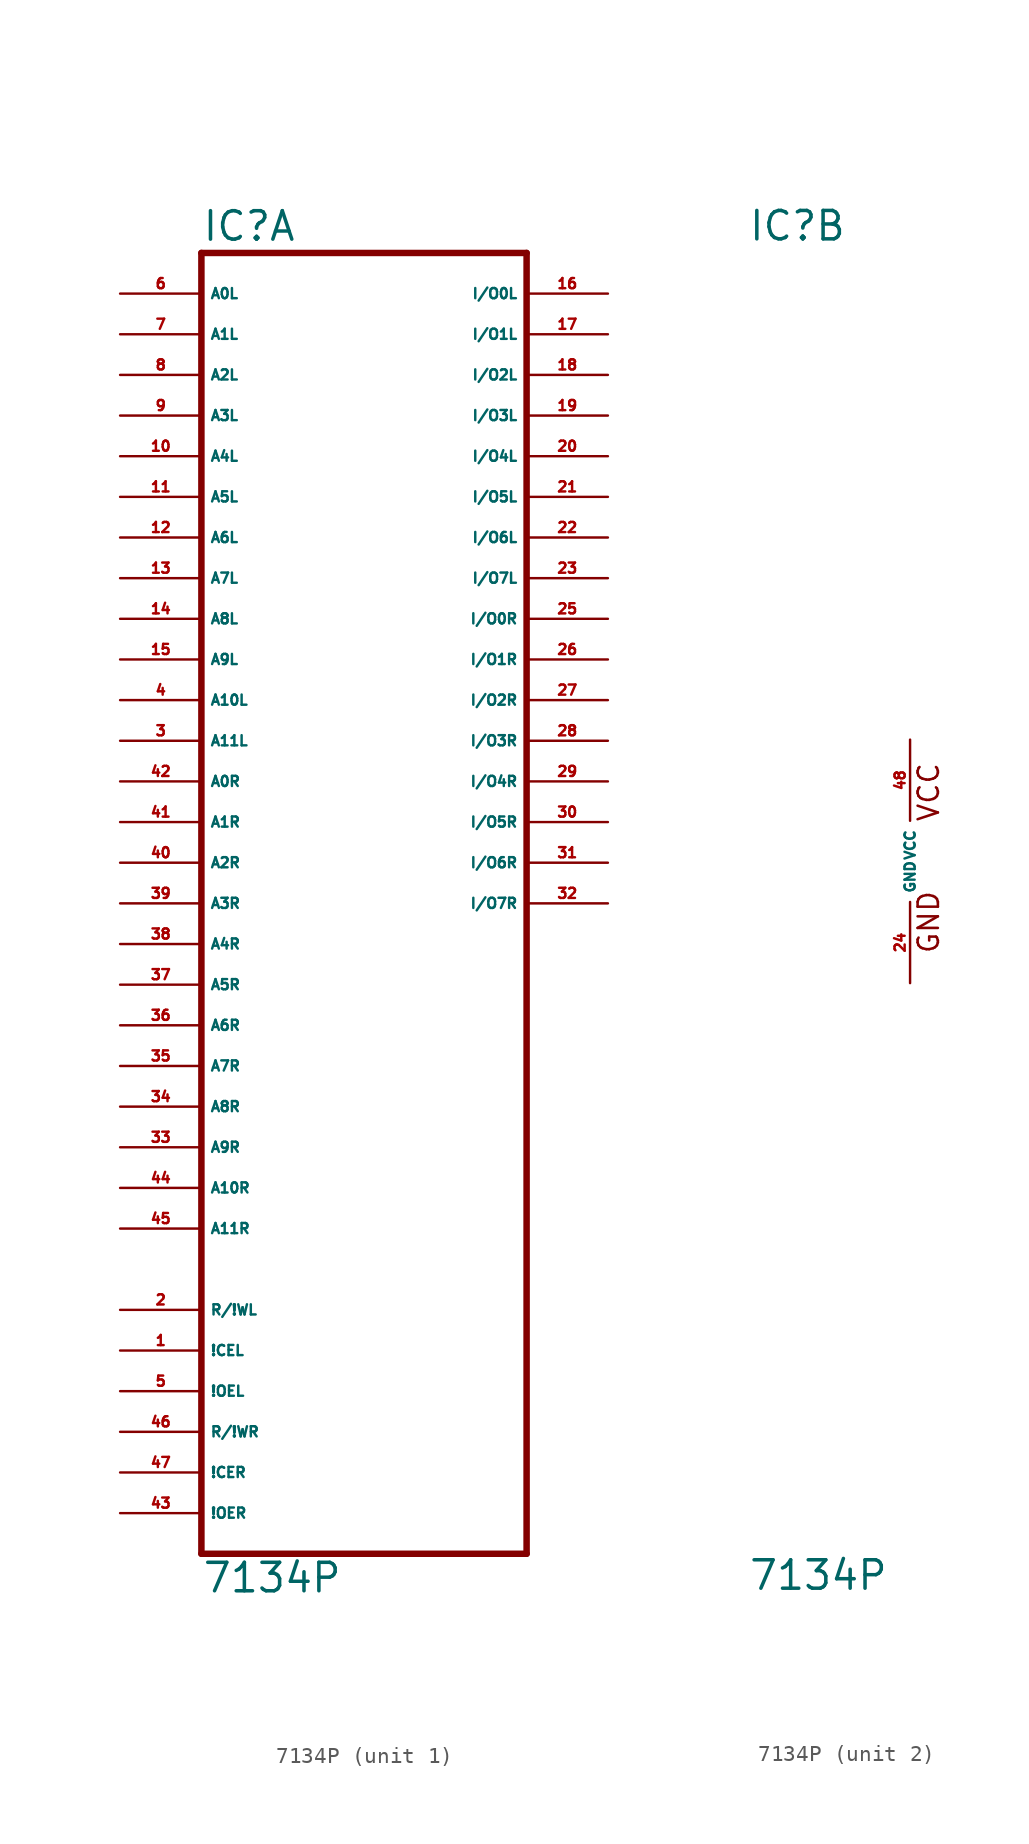
<source format=kicad_sym>
(kicad_symbol_lib
  (version 20220914)
  (generator Eagle2Kicad)
  (symbol "7134P"
    (property "Reference" "IC"
      (at -10.16 38.735 0)
      (effects (font (size 1.778 1.778) (thickness 0.22)) (justify left bottom)))
    (property "Value" "7134P"
      (at -10.16 -45.72 0)
      (effects (font (size 1.778 1.778) (thickness 0.22)) (justify left bottom)))
    (symbol "7134P_1_0"
      (polyline (pts (xy -10.16 -43.18) (xy 10.16 -43.18)) (stroke (width 0.406) (type default)) (fill (type none)))
      (polyline (pts (xy 10.16 -43.18) (xy 10.16 38.1)) (stroke (width 0.406) (type default)) (fill (type none)))
      (polyline (pts (xy 10.16 38.1) (xy -10.16 38.1)) (stroke (width 0.406) (type default)) (fill (type none)))
      (polyline (pts (xy -10.16 38.1) (xy -10.16 -43.18)) (stroke (width 0.406) (type default)) (fill (type none)))
      (pin input line (at -15.24 35.56 0) (length 5.08) (name "A0L" (effects (font (size 0.635 0.635) (thickness 0.08)) (justify left bottom))) (number "6" (effects (font (size 0.635 0.635) (thickness 0.08)) (justify left bottom))))
      (pin input line (at -15.24 33.02 0) (length 5.08) (name "A1L" (effects (font (size 0.635 0.635) (thickness 0.08)) (justify left bottom))) (number "7" (effects (font (size 0.635 0.635) (thickness 0.08)) (justify left bottom))))
      (pin input line (at -15.24 30.48 0) (length 5.08) (name "A2L" (effects (font (size 0.635 0.635) (thickness 0.08)) (justify left bottom))) (number "8" (effects (font (size 0.635 0.635) (thickness 0.08)) (justify left bottom))))
      (pin input line (at -15.24 27.94 0) (length 5.08) (name "A3L" (effects (font (size 0.635 0.635) (thickness 0.08)) (justify left bottom))) (number "9" (effects (font (size 0.635 0.635) (thickness 0.08)) (justify left bottom))))
      (pin input line (at -15.24 25.4 0) (length 5.08) (name "A4L" (effects (font (size 0.635 0.635) (thickness 0.08)) (justify left bottom))) (number "10" (effects (font (size 0.635 0.635) (thickness 0.08)) (justify left bottom))))
      (pin input line (at -15.24 22.86 0) (length 5.08) (name "A5L" (effects (font (size 0.635 0.635) (thickness 0.08)) (justify left bottom))) (number "11" (effects (font (size 0.635 0.635) (thickness 0.08)) (justify left bottom))))
      (pin input line (at -15.24 20.32 0) (length 5.08) (name "A6L" (effects (font (size 0.635 0.635) (thickness 0.08)) (justify left bottom))) (number "12" (effects (font (size 0.635 0.635) (thickness 0.08)) (justify left bottom))))
      (pin input line (at -15.24 17.78 0) (length 5.08) (name "A7L" (effects (font (size 0.635 0.635) (thickness 0.08)) (justify left bottom))) (number "13" (effects (font (size 0.635 0.635) (thickness 0.08)) (justify left bottom))))
      (pin input line (at -15.24 15.24 0) (length 5.08) (name "A8L" (effects (font (size 0.635 0.635) (thickness 0.08)) (justify left bottom))) (number "14" (effects (font (size 0.635 0.635) (thickness 0.08)) (justify left bottom))))
      (pin input line (at -15.24 12.7 0) (length 5.08) (name "A9L" (effects (font (size 0.635 0.635) (thickness 0.08)) (justify left bottom))) (number "15" (effects (font (size 0.635 0.635) (thickness 0.08)) (justify left bottom))))
      (pin input line (at -15.24 5.08 0) (length 5.08) (name "A0R" (effects (font (size 0.635 0.635) (thickness 0.08)) (justify left bottom))) (number "42" (effects (font (size 0.635 0.635) (thickness 0.08)) (justify left bottom))))
      (pin input line (at -15.24 2.54 0) (length 5.08) (name "A1R" (effects (font (size 0.635 0.635) (thickness 0.08)) (justify left bottom))) (number "41" (effects (font (size 0.635 0.635) (thickness 0.08)) (justify left bottom))))
      (pin input line (at -15.24 0 0) (length 5.08) (name "A2R" (effects (font (size 0.635 0.635) (thickness 0.08)) (justify left bottom))) (number "40" (effects (font (size 0.635 0.635) (thickness 0.08)) (justify left bottom))))
      (pin input line (at -15.24 -2.54 0) (length 5.08) (name "A3R" (effects (font (size 0.635 0.635) (thickness 0.08)) (justify left bottom))) (number "39" (effects (font (size 0.635 0.635) (thickness 0.08)) (justify left bottom))))
      (pin input line (at -15.24 -5.08 0) (length 5.08) (name "A4R" (effects (font (size 0.635 0.635) (thickness 0.08)) (justify left bottom))) (number "38" (effects (font (size 0.635 0.635) (thickness 0.08)) (justify left bottom))))
      (pin input line (at -15.24 -7.62 0) (length 5.08) (name "A5R" (effects (font (size 0.635 0.635) (thickness 0.08)) (justify left bottom))) (number "37" (effects (font (size 0.635 0.635) (thickness 0.08)) (justify left bottom))))
      (pin input line (at -15.24 -10.16 0) (length 5.08) (name "A6R" (effects (font (size 0.635 0.635) (thickness 0.08)) (justify left bottom))) (number "36" (effects (font (size 0.635 0.635) (thickness 0.08)) (justify left bottom))))
      (pin input line (at -15.24 -12.7 0) (length 5.08) (name "A7R" (effects (font (size 0.635 0.635) (thickness 0.08)) (justify left bottom))) (number "35" (effects (font (size 0.635 0.635) (thickness 0.08)) (justify left bottom))))
      (pin input line (at -15.24 -15.24 0) (length 5.08) (name "A8R" (effects (font (size 0.635 0.635) (thickness 0.08)) (justify left bottom))) (number "34" (effects (font (size 0.635 0.635) (thickness 0.08)) (justify left bottom))))
      (pin input line (at -15.24 -17.78 0) (length 5.08) (name "A9R" (effects (font (size 0.635 0.635) (thickness 0.08)) (justify left bottom))) (number "33" (effects (font (size 0.635 0.635) (thickness 0.08)) (justify left bottom))))
      (pin bidirectional line (at 15.24 35.56 180) (length 5.08) (name "I/O0L" (effects (font (size 0.635 0.635) (thickness 0.08)) (justify left bottom))) (number "16" (effects (font (size 0.635 0.635) (thickness 0.08)) (justify left bottom))))
      (pin bidirectional line (at 15.24 33.02 180) (length 5.08) (name "I/O1L" (effects (font (size 0.635 0.635) (thickness 0.08)) (justify left bottom))) (number "17" (effects (font (size 0.635 0.635) (thickness 0.08)) (justify left bottom))))
      (pin bidirectional line (at 15.24 30.48 180) (length 5.08) (name "I/O2L" (effects (font (size 0.635 0.635) (thickness 0.08)) (justify left bottom))) (number "18" (effects (font (size 0.635 0.635) (thickness 0.08)) (justify left bottom))))
      (pin bidirectional line (at 15.24 27.94 180) (length 5.08) (name "I/O3L" (effects (font (size 0.635 0.635) (thickness 0.08)) (justify left bottom))) (number "19" (effects (font (size 0.635 0.635) (thickness 0.08)) (justify left bottom))))
      (pin bidirectional line (at 15.24 25.4 180) (length 5.08) (name "I/O4L" (effects (font (size 0.635 0.635) (thickness 0.08)) (justify left bottom))) (number "20" (effects (font (size 0.635 0.635) (thickness 0.08)) (justify left bottom))))
      (pin bidirectional line (at 15.24 22.86 180) (length 5.08) (name "I/O5L" (effects (font (size 0.635 0.635) (thickness 0.08)) (justify left bottom))) (number "21" (effects (font (size 0.635 0.635) (thickness 0.08)) (justify left bottom))))
      (pin bidirectional line (at 15.24 20.32 180) (length 5.08) (name "I/O6L" (effects (font (size 0.635 0.635) (thickness 0.08)) (justify left bottom))) (number "22" (effects (font (size 0.635 0.635) (thickness 0.08)) (justify left bottom))))
      (pin bidirectional line (at 15.24 17.78 180) (length 5.08) (name "I/O7L" (effects (font (size 0.635 0.635) (thickness 0.08)) (justify left bottom))) (number "23" (effects (font (size 0.635 0.635) (thickness 0.08)) (justify left bottom))))
      (pin bidirectional line (at 15.24 15.24 180) (length 5.08) (name "I/O0R" (effects (font (size 0.635 0.635) (thickness 0.08)) (justify left bottom))) (number "25" (effects (font (size 0.635 0.635) (thickness 0.08)) (justify left bottom))))
      (pin bidirectional line (at 15.24 12.7 180) (length 5.08) (name "I/O1R" (effects (font (size 0.635 0.635) (thickness 0.08)) (justify left bottom))) (number "26" (effects (font (size 0.635 0.635) (thickness 0.08)) (justify left bottom))))
      (pin bidirectional line (at 15.24 10.16 180) (length 5.08) (name "I/O2R" (effects (font (size 0.635 0.635) (thickness 0.08)) (justify left bottom))) (number "27" (effects (font (size 0.635 0.635) (thickness 0.08)) (justify left bottom))))
      (pin bidirectional line (at 15.24 7.62 180) (length 5.08) (name "I/O3R" (effects (font (size 0.635 0.635) (thickness 0.08)) (justify left bottom))) (number "28" (effects (font (size 0.635 0.635) (thickness 0.08)) (justify left bottom))))
      (pin bidirectional line (at 15.24 5.08 180) (length 5.08) (name "I/O4R" (effects (font (size 0.635 0.635) (thickness 0.08)) (justify left bottom))) (number "29" (effects (font (size 0.635 0.635) (thickness 0.08)) (justify left bottom))))
      (pin bidirectional line (at 15.24 2.54 180) (length 5.08) (name "I/O5R" (effects (font (size 0.635 0.635) (thickness 0.08)) (justify left bottom))) (number "30" (effects (font (size 0.635 0.635) (thickness 0.08)) (justify left bottom))))
      (pin bidirectional line (at 15.24 0 180) (length 5.08) (name "I/O6R" (effects (font (size 0.635 0.635) (thickness 0.08)) (justify left bottom))) (number "31" (effects (font (size 0.635 0.635) (thickness 0.08)) (justify left bottom))))
      (pin bidirectional line (at 15.24 -2.54 180) (length 5.08) (name "I/O7R" (effects (font (size 0.635 0.635) (thickness 0.08)) (justify left bottom))) (number "32" (effects (font (size 0.635 0.635) (thickness 0.08)) (justify left bottom))))
      (pin input line (at -15.24 -27.94 0) (length 5.08) (name "R/!WL" (effects (font (size 0.635 0.635) (thickness 0.08)) (justify left bottom))) (number "2" (effects (font (size 0.635 0.635) (thickness 0.08)) (justify left bottom))))
      (pin input line (at -15.24 -30.48 0) (length 5.08) (name "!CEL" (effects (font (size 0.635 0.635) (thickness 0.08)) (justify left bottom))) (number "1" (effects (font (size 0.635 0.635) (thickness 0.08)) (justify left bottom))))
      (pin input line (at -15.24 -33.02 0) (length 5.08) (name "!OEL" (effects (font (size 0.635 0.635) (thickness 0.08)) (justify left bottom))) (number "5" (effects (font (size 0.635 0.635) (thickness 0.08)) (justify left bottom))))
      (pin input line (at -15.24 -35.56 0) (length 5.08) (name "R/!WR" (effects (font (size 0.635 0.635) (thickness 0.08)) (justify left bottom))) (number "46" (effects (font (size 0.635 0.635) (thickness 0.08)) (justify left bottom))))
      (pin input line (at -15.24 7.62 0) (length 5.08) (name "A11L" (effects (font (size 0.635 0.635) (thickness 0.08)) (justify left bottom))) (number "3" (effects (font (size 0.635 0.635) (thickness 0.08)) (justify left bottom))))
      (pin input line (at -15.24 -22.86 0) (length 5.08) (name "A11R" (effects (font (size 0.635 0.635) (thickness 0.08)) (justify left bottom))) (number "45" (effects (font (size 0.635 0.635) (thickness 0.08)) (justify left bottom))))
      (pin input line (at -15.24 -38.1 0) (length 5.08) (name "!CER" (effects (font (size 0.635 0.635) (thickness 0.08)) (justify left bottom))) (number "47" (effects (font (size 0.635 0.635) (thickness 0.08)) (justify left bottom))))
      (pin input line (at -15.24 -40.64 0) (length 5.08) (name "!OER" (effects (font (size 0.635 0.635) (thickness 0.08)) (justify left bottom))) (number "43" (effects (font (size 0.635 0.635) (thickness 0.08)) (justify left bottom))))
      (pin input line (at -15.24 10.16 0) (length 5.08) (name "A10L" (effects (font (size 0.635 0.635) (thickness 0.08)) (justify left bottom))) (number "4" (effects (font (size 0.635 0.635) (thickness 0.08)) (justify left bottom))))
      (pin input line (at -15.24 -20.32 0) (length 5.08) (name "A10R" (effects (font (size 0.635 0.635) (thickness 0.08)) (justify left bottom))) (number "44" (effects (font (size 0.635 0.635) (thickness 0.08)) (justify left bottom)))))
    (symbol "7134P_2_0"
      (text "GND" (at 1.905 -5.842 900) (effects (font (size 1.27 1.27) (thickness 0.16)) (justify left bottom)))
      (text "VCC" (at 1.905 2.413 900) (effects (font (size 1.27 1.27) (thickness 0.16)) (justify left bottom)))
      (pin unspecified line (at 0 7.62 270) (length 5.08) (name "VCC" (effects (font (size 0.635 0.635) (thickness 0.08)) (justify left bottom))) (number "48" (effects (font (size 0.635 0.635) (thickness 0.08)) (justify left bottom))))
      (pin unspecified line (at 0 -7.62 90) (length 5.08) (name "GND" (effects (font (size 0.635 0.635) (thickness 0.08)) (justify left bottom))) (number "24" (effects (font (size 0.635 0.635) (thickness 0.08)) (justify left bottom)))))))
</source>
